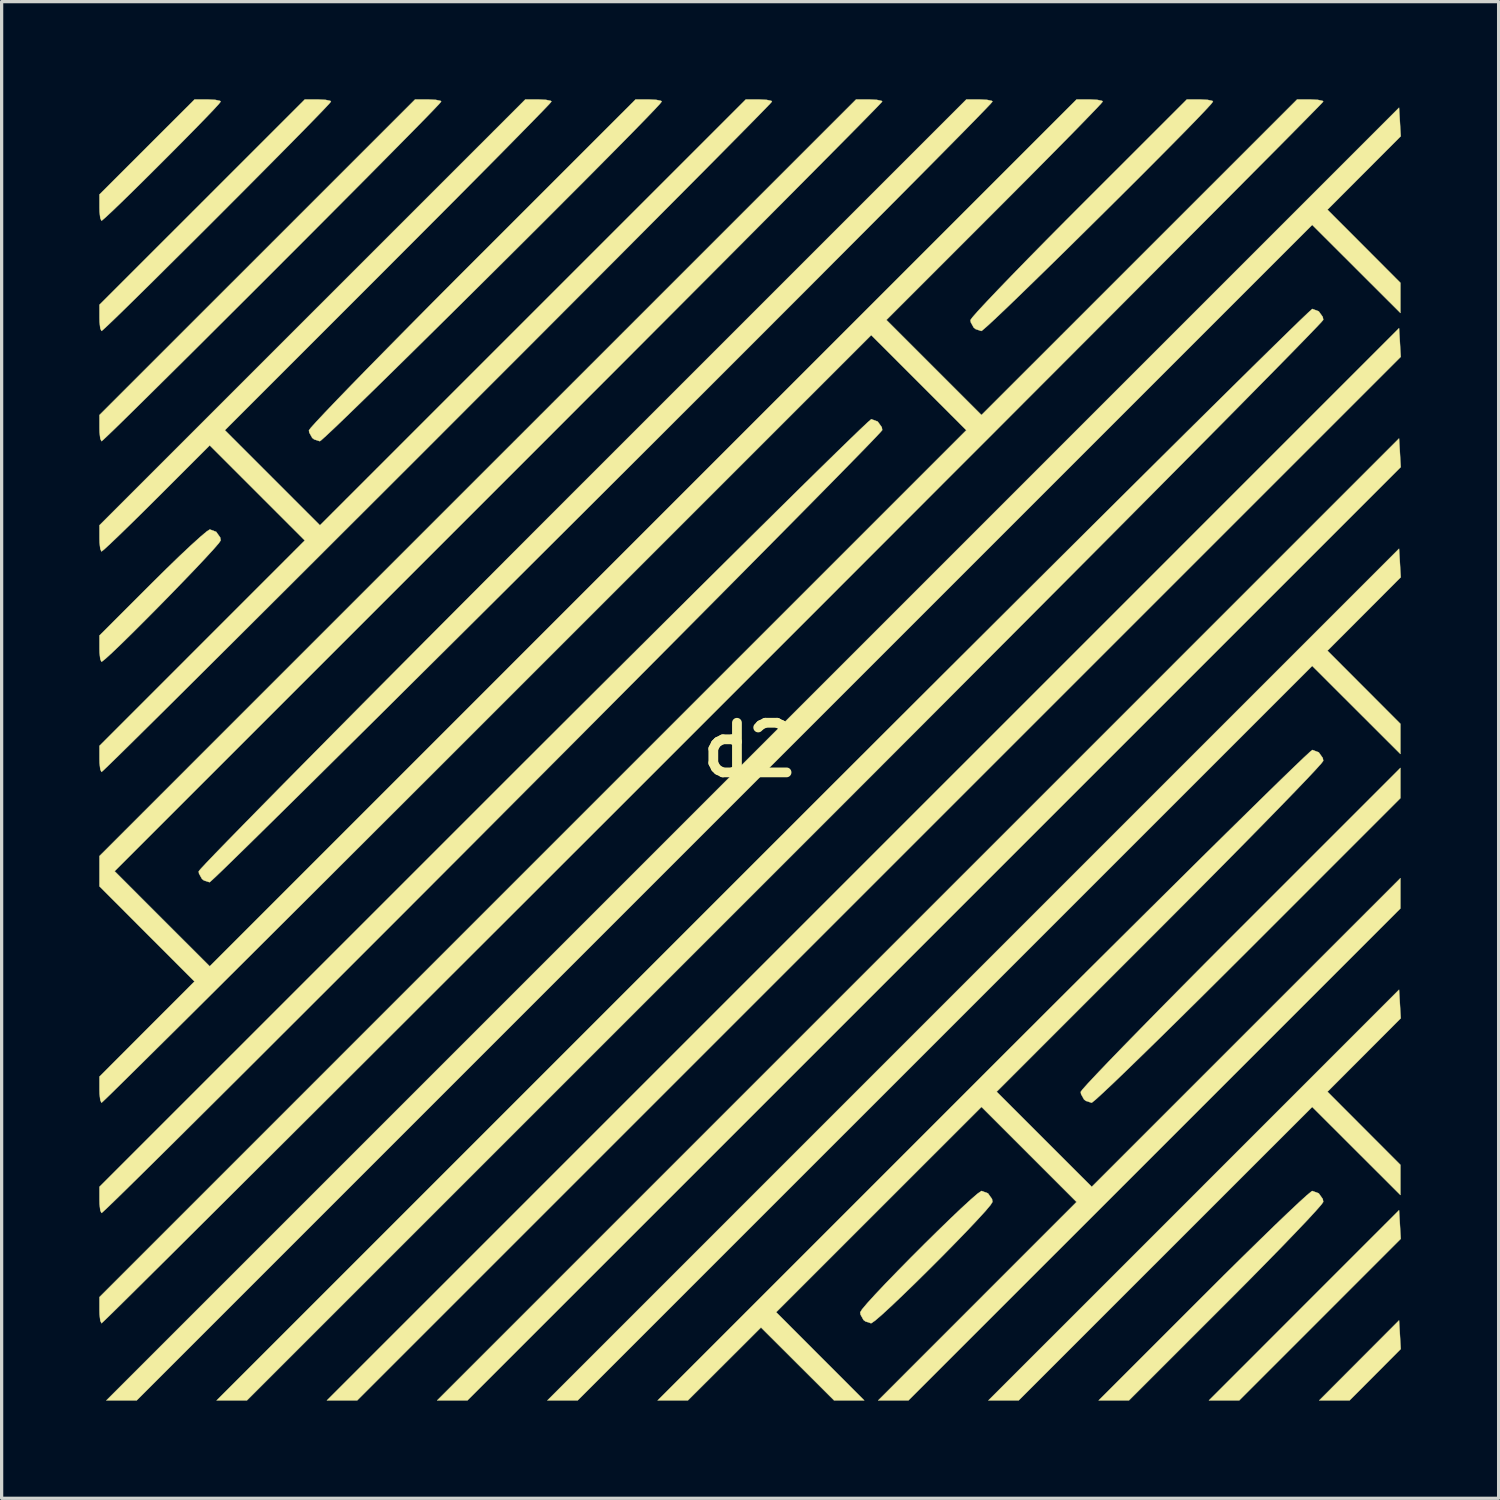
<source format=kicad_pcb>
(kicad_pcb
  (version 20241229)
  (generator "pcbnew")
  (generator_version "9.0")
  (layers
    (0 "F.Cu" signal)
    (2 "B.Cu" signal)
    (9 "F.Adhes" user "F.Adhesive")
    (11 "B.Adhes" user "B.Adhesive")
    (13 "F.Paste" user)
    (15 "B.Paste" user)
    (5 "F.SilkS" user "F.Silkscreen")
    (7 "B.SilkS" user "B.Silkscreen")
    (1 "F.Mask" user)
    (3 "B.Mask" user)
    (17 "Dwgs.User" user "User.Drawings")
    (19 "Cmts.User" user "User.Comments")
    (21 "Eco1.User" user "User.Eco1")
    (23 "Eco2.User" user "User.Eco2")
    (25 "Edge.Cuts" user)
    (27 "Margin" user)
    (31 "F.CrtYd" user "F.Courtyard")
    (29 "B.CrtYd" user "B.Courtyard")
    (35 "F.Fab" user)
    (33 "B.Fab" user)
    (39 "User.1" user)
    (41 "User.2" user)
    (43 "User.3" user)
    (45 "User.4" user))
  (footprint "d2"
    (layer "F.Cu")
    (at 19.986 19.986)
    (property "Reference" "d2" (at 0 0 0) (layer "F.SilkS") (effects (font (size 1.524 1.524) (thickness 0.3))))
    (attr through_hole)
    (fp_poly (pts (xy 19.965 -12.515) (xy 19.991 -12.075) (xy -12.065 19.981) (xy -12.996 19.981) (xy 19.939 -12.956) (xy 19.965 -12.515)) (stroke (width 0.01) (type solid)) (fill yes) (layer "F.SilkS"))
    (fp_poly (pts (xy 19.965 17.962) (xy 19.991 18.402) (xy 19.205 19.192) (xy 18.418 19.981) (xy 17.486 19.981) (xy 18.712 18.752) (xy 19.939 17.522) (xy 19.965 17.962)) (stroke (width 0.01) (type solid)) (fill yes) (layer "F.SilkS"))
    (fp_poly (pts (xy 19.965 14.577) (xy 19.991 15.017) (xy 17.51 17.499) (xy 15.029 19.981) (xy 14.098 19.981) (xy 17.018 17.059) (xy 19.939 14.137) (xy 19.965 14.577)) (stroke (width 0.01) (type solid)) (fill yes) (layer "F.SilkS"))
    (fp_poly (pts (xy 19.965 -9.129) (xy 19.991 -8.688) (xy 5.657 5.646) (xy -8.678 19.981) (xy -9.609 19.981) (xy 5.165 5.206) (xy 19.939 -9.569) (xy 19.965 -9.129)) (stroke (width 0.01) (type solid)) (fill yes) (layer "F.SilkS"))
    (fp_poly (pts (xy 19.965 7.803) (xy 19.991 8.243) (xy 18.866 9.371) (xy 17.74 10.499) (xy 19.981 12.745) (xy 19.981 13.672) (xy 18.626 12.319) (xy 17.271 10.966) (xy 8.254 19.981) (xy 7.324 19.981) (xy 13.632 13.673) (xy 19.939 7.364) (xy 19.965 7.803)) (stroke (width 0.01) (type solid)) (fill yes) (layer "F.SilkS"))
    (fp_poly (pts (xy 19.991 -18.851) (xy 18.866 -17.723) (xy 17.74 -16.595) (xy 18.861 -15.472) (xy 19.981 -14.349) (xy 19.981 -13.422) (xy 18.626 -14.775) (xy 17.271 -16.128) (xy -0.784 1.927) (xy -18.838 19.981) (xy -19.77 19.981) (xy 0.085 0.126) (xy 19.939 -19.729) (xy 19.991 -18.851)) (stroke (width 0.01) (type solid)) (fill yes) (layer "F.SilkS"))
    (fp_poly (pts (xy 19.991 -5.304) (xy 18.866 -4.176) (xy 17.74 -3.048) (xy 18.861 -1.925) (xy 19.981 -0.802) (xy 19.981 0.125) (xy 18.626 -1.228) (xy 17.271 -2.581) (xy 5.99 8.7) (xy -5.292 19.981) (xy -6.223 19.981) (xy 6.858 6.899) (xy 19.939 -6.182) (xy 19.991 -5.304)) (stroke (width 0.01) (type solid)) (fill yes) (layer "F.SilkS"))
    (fp_poly (pts (xy -16.423 -19.969) (xy -16.279 -19.938) (xy -16.256 -19.917) (xy -16.314 -19.842) (xy -16.474 -19.667) (xy -16.72 -19.41) (xy -17.033 -19.088) (xy -17.396 -18.719) (xy -17.789 -18.323) (xy -18.196 -17.916) (xy -18.598 -17.516) (xy -18.977 -17.142) (xy -19.316 -16.812) (xy -19.596 -16.543) (xy -19.799 -16.354) (xy -19.907 -16.262) (xy -19.919 -16.256) (xy -19.955 -16.332) (xy -19.978 -16.525) (xy -19.981 -16.659) (xy -19.981 -17.062) (xy -18.52 -18.522) (xy -17.059 -19.981) (xy -16.657 -19.981) (xy -16.423 -19.969)) (stroke (width 0.01) (type solid)) (fill yes) (layer "F.SilkS"))
    (fp_poly (pts (xy 17.472 13.62) (xy 17.596 13.794) (xy 17.611 13.882) (xy 17.552 13.966) (xy 17.385 14.157) (xy 17.121 14.444) (xy 16.77 14.813) (xy 16.345 15.255) (xy 15.856 15.755) (xy 15.316 16.304) (xy 14.736 16.887) (xy 14.626 16.997) (xy 11.641 19.981) (xy 10.711 19.981) (xy 13.928 16.764) (xy 14.539 16.154) (xy 15.118 15.583) (xy 15.652 15.06) (xy 16.129 14.596) (xy 16.539 14.204) (xy 16.87 13.893) (xy 17.11 13.675) (xy 17.249 13.561) (xy 17.276 13.547) (xy 17.472 13.62)) (stroke (width 0.01) (type solid)) (fill yes) (layer "F.SilkS"))
    (fp_poly (pts (xy -16.395 -6.7) (xy -16.271 -6.526) (xy -16.256 -6.438) (xy -16.313 -6.353) (xy -16.474 -6.167) (xy -16.719 -5.9) (xy -17.031 -5.568) (xy -17.393 -5.191) (xy -17.785 -4.786) (xy -18.191 -4.372) (xy -18.593 -3.967) (xy -18.972 -3.589) (xy -19.311 -3.256) (xy -19.592 -2.987) (xy -19.797 -2.8) (xy -19.907 -2.713) (xy -19.919 -2.709) (xy -19.955 -2.785) (xy -19.978 -2.979) (xy -19.981 -3.112) (xy -19.981 -3.515) (xy -18.351 -5.144) (xy -17.916 -5.574) (xy -17.516 -5.961) (xy -17.166 -6.29) (xy -16.884 -6.545) (xy -16.687 -6.711) (xy -16.591 -6.773) (xy -16.59 -6.773) (xy -16.395 -6.7)) (stroke (width 0.01) (type solid)) (fill yes) (layer "F.SilkS"))
    (fp_poly (pts (xy -13.037 -19.969) (xy -12.892 -19.939) (xy -12.869 -19.917) (xy -12.927 -19.847) (xy -13.093 -19.67) (xy -13.354 -19.4) (xy -13.696 -19.049) (xy -14.107 -18.631) (xy -14.575 -18.158) (xy -15.086 -17.643) (xy -15.627 -17.099) (xy -16.186 -16.539) (xy -16.749 -15.976) (xy -17.305 -15.422) (xy -17.84 -14.891) (xy -18.34 -14.394) (xy -18.795 -13.946) (xy -19.189 -13.559) (xy -19.511 -13.246) (xy -19.748 -13.02) (xy -19.887 -12.892) (xy -19.918 -12.869) (xy -19.955 -12.945) (xy -19.978 -13.139) (xy -19.981 -13.272) (xy -19.981 -13.675) (xy -16.827 -16.828) (xy -13.673 -19.981) (xy -13.271 -19.981) (xy -13.037 -19.969)) (stroke (width 0.01) (type solid)) (fill yes) (layer "F.SilkS"))
    (fp_poly (pts (xy 19.981 1.481) (xy 15.304 6.159) (xy 14.564 6.897) (xy 13.858 7.599) (xy 13.193 8.256) (xy 12.58 8.859) (xy 12.027 9.399) (xy 11.545 9.867) (xy 11.142 10.254) (xy 10.828 10.549) (xy 10.612 10.746) (xy 10.504 10.833) (xy 10.495 10.837) (xy 10.321 10.781) (xy 10.262 10.736) (xy 10.171 10.572) (xy 10.16 10.503) (xy 10.219 10.424) (xy 10.388 10.235) (xy 10.66 9.945) (xy 11.026 9.562) (xy 11.476 9.097) (xy 12.002 8.559) (xy 12.594 7.955) (xy 13.245 7.296) (xy 13.944 6.591) (xy 14.683 5.849) (xy 15.071 5.461) (xy 19.981 0.551) (xy 19.981 1.481)) (stroke (width 0.01) (type solid)) (fill yes) (layer "F.SilkS"))
    (fp_poly (pts (xy -9.65 -19.969) (xy -9.505 -19.939) (xy -9.483 -19.918) (xy -9.541 -19.849) (xy -9.709 -19.671) (xy -9.976 -19.395) (xy -10.332 -19.032) (xy -10.766 -18.592) (xy -11.267 -18.085) (xy -11.826 -17.521) (xy -12.431 -16.913) (xy -13.072 -16.269) (xy -13.738 -15.601) (xy -14.419 -14.919) (xy -15.104 -14.234) (xy -15.784 -13.556) (xy -16.446 -12.896) (xy -17.081 -12.263) (xy -17.679 -11.67) (xy -18.228 -11.126) (xy -18.718 -10.642) (xy -19.139 -10.228) (xy -19.479 -9.895) (xy -19.73 -9.654) (xy -19.879 -9.514) (xy -19.918 -9.483) (xy -19.955 -9.559) (xy -19.978 -9.752) (xy -19.981 -9.885) (xy -19.981 -10.288) (xy -15.134 -15.134) (xy -10.286 -19.981) (xy -9.885 -19.981) (xy -9.65 -19.969)) (stroke (width 0.01) (type solid)) (fill yes) (layer "F.SilkS"))
    (fp_poly (pts (xy 7.312 13.62) (xy 7.436 13.794) (xy 7.451 13.882) (xy 7.392 13.976) (xy 7.23 14.169) (xy 6.98 14.442) (xy 6.663 14.778) (xy 6.295 15.158) (xy 5.896 15.564) (xy 5.483 15.977) (xy 5.074 16.381) (xy 4.687 16.756) (xy 4.342 17.084) (xy 4.055 17.348) (xy 3.845 17.529) (xy 3.73 17.608) (xy 3.72 17.611) (xy 3.547 17.554) (xy 3.488 17.509) (xy 3.397 17.345) (xy 3.387 17.275) (xy 3.445 17.181) (xy 3.608 16.988) (xy 3.857 16.715) (xy 4.174 16.379) (xy 4.542 16) (xy 4.941 15.594) (xy 5.355 15.18) (xy 5.764 14.777) (xy 6.15 14.402) (xy 6.496 14.073) (xy 6.783 13.81) (xy 6.992 13.629) (xy 7.107 13.549) (xy 7.117 13.547) (xy 7.312 13.62)) (stroke (width 0.01) (type solid)) (fill yes) (layer "F.SilkS"))
    (fp_poly (pts (xy 14.057 -19.969) (xy 14.201 -19.939) (xy 14.224 -19.917) (xy 14.165 -19.84) (xy 13.998 -19.658) (xy 13.736 -19.383) (xy 13.391 -19.028) (xy 12.976 -18.607) (xy 12.505 -18.132) (xy 11.99 -17.615) (xy 11.444 -17.071) (xy 10.88 -16.511) (xy 10.311 -15.948) (xy 9.751 -15.395) (xy 9.211 -14.866) (xy 8.705 -14.372) (xy 8.247 -13.927) (xy 7.848 -13.543) (xy 7.522 -13.234) (xy 7.281 -13.012) (xy 7.139 -12.889) (xy 7.107 -12.869) (xy 6.934 -12.926) (xy 6.875 -12.971) (xy 6.784 -13.135) (xy 6.773 -13.204) (xy 6.832 -13.287) (xy 6.999 -13.478) (xy 7.266 -13.765) (xy 7.62 -14.138) (xy 8.051 -14.585) (xy 8.548 -15.095) (xy 9.101 -15.657) (xy 9.698 -16.259) (xy 10.097 -16.659) (xy 13.42 -19.981) (xy 13.822 -19.981) (xy 14.057 -19.969)) (stroke (width 0.01) (type solid)) (fill yes) (layer "F.SilkS"))
    (fp_poly (pts (xy -2.877 -19.969) (xy -2.732 -19.939) (xy -2.709 -19.918) (xy -2.768 -19.843) (xy -2.937 -19.661) (xy -3.206 -19.381) (xy -3.563 -19.014) (xy -4 -18.57) (xy -4.504 -18.061) (xy -5.065 -17.496) (xy -5.674 -16.886) (xy -6.318 -16.241) (xy -6.988 -15.573) (xy -7.673 -14.891) (xy -8.363 -14.206) (xy -9.046 -13.529) (xy -9.713 -12.87) (xy -10.352 -12.239) (xy -10.953 -11.648) (xy -11.506 -11.106) (xy -12 -10.625) (xy -12.424 -10.214) (xy -12.768 -9.884) (xy -13.021 -9.647) (xy -13.173 -9.511) (xy -13.212 -9.483) (xy -13.386 -9.539) (xy -13.445 -9.584) (xy -13.536 -9.748) (xy -13.547 -9.817) (xy -13.488 -9.896) (xy -13.318 -10.085) (xy -13.046 -10.375) (xy -12.68 -10.758) (xy -12.229 -11.224) (xy -11.702 -11.764) (xy -11.107 -12.369) (xy -10.454 -13.031) (xy -9.752 -13.74) (xy -9.008 -14.487) (xy -8.53 -14.965) (xy -3.513 -19.981) (xy -3.111 -19.981) (xy -2.877 -19.969)) (stroke (width 0.01) (type solid)) (fill yes) (layer "F.SilkS"))
    (fp_poly (pts (xy 17.472 -13.473) (xy 17.596 -13.3) (xy 17.611 -13.212) (xy 17.552 -13.142) (xy 17.377 -12.957) (xy 17.093 -12.662) (xy 16.703 -12.262) (xy 16.213 -11.762) (xy 15.627 -11.167) (xy 14.951 -10.481) (xy 14.188 -9.71) (xy 13.344 -8.858) (xy 12.424 -7.93) (xy 11.432 -6.931) (xy 10.373 -5.866) (xy 9.252 -4.74) (xy 8.075 -3.558) (xy 6.845 -2.324) (xy 5.568 -1.043) (xy 4.248 0.279) (xy 2.891 1.638) (xy 1.5 3.029) (xy 1.079 3.45) (xy -15.452 19.981) (xy -16.383 19.981) (xy 0.381 3.217) (xy 1.791 1.808) (xy 3.17 0.43) (xy 4.513 -0.911) (xy 5.817 -2.212) (xy 7.076 -3.466) (xy 8.284 -4.67) (xy 9.438 -5.819) (xy 10.533 -6.908) (xy 11.563 -7.931) (xy 12.524 -8.885) (xy 13.41 -9.764) (xy 14.218 -10.563) (xy 14.943 -11.279) (xy 15.578 -11.905) (xy 16.121 -12.438) (xy 16.565 -12.872) (xy 16.906 -13.203) (xy 17.14 -13.426) (xy 17.26 -13.535) (xy 17.276 -13.547) (xy 17.472 -13.473)) (stroke (width 0.01) (type solid)) (fill yes) (layer "F.SilkS"))
    (fp_poly (pts (xy 17.472 0.073) (xy 17.596 0.247) (xy 17.611 0.334) (xy 17.552 0.413) (xy 17.382 0.602) (xy 17.11 0.892) (xy 16.744 1.274) (xy 16.293 1.74) (xy 15.766 2.28) (xy 15.171 2.886) (xy 14.519 3.547) (xy 13.816 4.256) (xy 13.072 5.003) (xy 12.594 5.482) (xy 7.578 10.499) (xy 9.038 11.959) (xy 10.499 13.419) (xy 15.24 8.678) (xy 19.981 3.938) (xy 19.981 4.869) (xy 12.425 12.425) (xy 4.868 19.981) (xy 3.938 19.981) (xy 10.032 13.885) (xy 8.572 12.425) (xy 7.112 10.965) (xy 0.805 17.271) (xy 3.512 19.981) (xy 2.585 19.981) (xy 0.339 17.74) (xy -0.784 18.861) (xy -1.907 19.981) (xy -2.836 19.981) (xy 7.154 9.991) (xy 8.24 8.906) (xy 9.294 7.854) (xy 10.31 6.841) (xy 11.283 5.874) (xy 12.205 4.958) (xy 13.071 4.1) (xy 13.873 3.305) (xy 14.607 2.581) (xy 15.265 1.934) (xy 15.841 1.369) (xy 16.33 0.892) (xy 16.724 0.511) (xy 17.017 0.231) (xy 17.203 0.059) (xy 17.276 0) (xy 17.472 0.073)) (stroke (width 0.01) (type solid)) (fill yes) (layer "F.SilkS"))
    (fp_poly (pts (xy 3.925 -10.087) (xy 4.05 -9.913) (xy 4.064 -9.825) (xy 4.005 -9.756) (xy 3.833 -9.573) (xy 3.556 -9.285) (xy 3.179 -8.899) (xy 2.71 -8.42) (xy 2.155 -7.856) (xy 1.522 -7.215) (xy 0.818 -6.503) (xy 0.049 -5.726) (xy -0.777 -4.892) (xy -1.654 -4.009) (xy -2.575 -3.081) (xy -3.532 -2.118) (xy -4.52 -1.125) (xy -5.53 -0.11) (xy -6.557 0.92) (xy -7.593 1.959) (xy -8.63 3) (xy -9.664 4.036) (xy -10.685 5.059) (xy -11.689 6.063) (xy -12.666 7.04) (xy -13.612 7.985) (xy -14.518 8.889) (xy -15.377 9.747) (xy -16.184 10.551) (xy -16.931 11.294) (xy -17.61 11.969) (xy -18.216 12.569) (xy -18.741 13.087) (xy -19.178 13.517) (xy -19.521 13.852) (xy -19.761 14.083) (xy -19.894 14.206) (xy -19.918 14.224) (xy -19.955 14.148) (xy -19.978 13.955) (xy -19.981 13.822) (xy -19.981 13.419) (xy -8.191 1.63) (xy -7.011 0.45) (xy -5.862 -0.697) (xy -4.75 -1.806) (xy -3.68 -2.871) (xy -2.659 -3.887) (xy -1.692 -4.848) (xy -0.785 -5.747) (xy 0.056 -6.58) (xy 0.825 -7.34) (xy 1.517 -8.023) (xy 2.126 -8.621) (xy 2.646 -9.13) (xy 3.071 -9.543) (xy 3.396 -9.856) (xy 3.614 -10.062) (xy 3.721 -10.155) (xy 3.73 -10.16) (xy 3.925 -10.087)) (stroke (width 0.01) (type solid)) (fill yes) (layer "F.SilkS"))
    (fp_poly (pts (xy 7.283 -19.969) (xy 7.428 -19.939) (xy 7.451 -19.918) (xy 7.392 -19.848) (xy 7.219 -19.666) (xy 6.941 -19.379) (xy 6.563 -18.993) (xy 6.092 -18.516) (xy 5.536 -17.954) (xy 4.902 -17.315) (xy 4.196 -16.604) (xy 3.425 -15.83) (xy 2.596 -14.999) (xy 1.717 -14.117) (xy 0.793 -13.193) (xy -0.167 -12.232) (xy -1.157 -11.242) (xy -2.171 -10.23) (xy -3.2 -9.202) (xy -4.239 -8.166) (xy -5.28 -7.128) (xy -6.316 -6.096) (xy -7.34 -5.075) (xy -8.346 -4.074) (xy -9.327 -3.099) (xy -10.275 -2.158) (xy -11.183 -1.255) (xy -12.046 -0.4) (xy -12.855 0.401) (xy -13.603 1.142) (xy -14.285 1.815) (xy -14.892 2.413) (xy -15.419 2.931) (xy -15.857 3.359) (xy -16.2 3.693) (xy -16.442 3.924) (xy -16.575 4.046) (xy -16.599 4.064) (xy -16.773 4.008) (xy -16.832 3.962) (xy -16.923 3.799) (xy -16.933 3.729) (xy -16.874 3.657) (xy -16.701 3.471) (xy -16.42 3.177) (xy -16.035 2.781) (xy -15.554 2.289) (xy -14.981 1.705) (xy -14.323 1.037) (xy -13.585 0.29) (xy -12.773 -0.531) (xy -11.893 -1.419) (xy -10.95 -2.368) (xy -9.95 -3.374) (xy -8.898 -4.43) (xy -7.801 -5.53) (xy -6.665 -6.669) (xy -5.494 -7.841) (xy -5.143 -8.192) (xy 6.647 -19.981) (xy 7.049 -19.981) (xy 7.283 -19.969)) (stroke (width 0.01) (type solid)) (fill yes) (layer "F.SilkS"))
    (fp_poly (pts (xy -6.264 -19.969) (xy -6.119 -19.939) (xy -6.096 -19.918) (xy -6.154 -19.85) (xy -6.324 -19.671) (xy -6.596 -19.391) (xy -6.962 -19.017) (xy -7.412 -18.559) (xy -7.938 -18.027) (xy -8.532 -17.428) (xy -9.184 -16.771) (xy -9.886 -16.067) (xy -10.629 -15.322) (xy -11.112 -14.838) (xy -16.128 -9.821) (xy -14.668 -8.361) (xy -13.208 -6.901) (xy -6.667 -13.441) (xy -0.127 -19.981) (xy 0.275 -19.981) (xy 0.51 -19.969) (xy 0.655 -19.939) (xy 0.677 -19.918) (xy 0.619 -19.851) (xy 0.447 -19.673) (xy 0.171 -19.39) (xy -0.203 -19.01) (xy -0.667 -18.541) (xy -1.213 -17.989) (xy -1.835 -17.363) (xy -2.524 -16.67) (xy -3.273 -15.917) (xy -4.075 -15.111) (xy -4.923 -14.261) (xy -5.808 -13.374) (xy -6.723 -12.457) (xy -7.661 -11.518) (xy -8.615 -10.564) (xy -9.576 -9.602) (xy -10.537 -8.641) (xy -11.492 -7.687) (xy -12.432 -6.749) (xy -13.349 -5.833) (xy -14.237 -4.947) (xy -15.089 -4.098) (xy -15.895 -3.295) (xy -16.65 -2.544) (xy -17.345 -1.853) (xy -17.973 -1.229) (xy -18.527 -0.681) (xy -18.999 -0.214) (xy -19.381 0.162) (xy -19.667 0.441) (xy -19.848 0.615) (xy -19.918 0.677) (xy -19.918 0.677) (xy -19.955 0.601) (xy -19.978 0.408) (xy -19.981 0.276) (xy -19.981 -0.126) (xy -13.674 -6.435) (xy -15.134 -7.895) (xy -16.594 -9.355) (xy -18.225 -7.725) (xy -18.656 -7.297) (xy -19.049 -6.911) (xy -19.388 -6.582) (xy -19.656 -6.326) (xy -19.838 -6.159) (xy -19.918 -6.096) (xy -19.919 -6.096) (xy -19.955 -6.172) (xy -19.978 -6.365) (xy -19.981 -6.498) (xy -19.981 -6.901) (xy -13.441 -13.441) (xy -6.9 -19.981) (xy -6.498 -19.981) (xy -6.264 -19.969)) (stroke (width 0.01) (type solid)) (fill yes) (layer "F.SilkS"))
    (fp_poly (pts (xy 3.896 -19.969) (xy 4.041 -19.939) (xy 4.064 -19.918) (xy 4.005 -19.853) (xy 3.832 -19.673) (xy 3.551 -19.386) (xy 3.167 -18.996) (xy 2.686 -18.51) (xy 2.113 -17.932) (xy 1.456 -17.27) (xy 0.718 -16.528) (xy -0.094 -15.712) (xy -0.974 -14.828) (xy -1.916 -13.883) (xy -2.916 -12.88) (xy -3.966 -11.827) (xy -5.063 -10.729) (xy -6.199 -9.592) (xy -7.369 -8.422) (xy -7.726 -8.065) (xy -19.515 3.725) (xy -18.055 5.186) (xy -16.594 6.646) (xy -3.281 -6.668) (xy 10.033 -19.981) (xy 10.435 -19.981) (xy 10.67 -19.969) (xy 10.815 -19.939) (xy 10.837 -19.918) (xy 10.779 -19.848) (xy 10.612 -19.67) (xy 10.346 -19.394) (xy 9.993 -19.031) (xy 9.562 -18.593) (xy 9.066 -18.091) (xy 8.515 -17.535) (xy 7.919 -16.937) (xy 7.515 -16.532) (xy 4.192 -13.208) (xy 7.112 -10.288) (xy 16.807 -19.981) (xy 17.209 -19.981) (xy 17.443 -19.969) (xy 17.588 -19.939) (xy 17.611 -19.918) (xy 17.552 -19.853) (xy 17.378 -19.674) (xy 17.096 -19.387) (xy 16.711 -18.997) (xy 16.228 -18.509) (xy 15.652 -17.93) (xy 14.99 -17.263) (xy 14.247 -16.516) (xy 13.428 -15.694) (xy 12.539 -14.802) (xy 11.586 -13.846) (xy 10.573 -12.83) (xy 9.507 -11.762) (xy 8.393 -10.646) (xy 7.237 -9.487) (xy 6.043 -8.293) (xy 4.819 -7.067) (xy 3.568 -5.815) (xy 2.298 -4.543) (xy 1.012 -3.257) (xy -0.283 -1.962) (xy -1.581 -0.664) (xy -2.878 0.633) (xy -4.167 1.922) (xy -5.444 3.197) (xy -6.702 4.455) (xy -7.936 5.687) (xy -9.141 6.89) (xy -10.31 8.058) (xy -11.439 9.185) (xy -12.522 10.266) (xy -13.554 11.295) (xy -14.528 12.266) (xy -15.44 13.174) (xy -16.283 14.014) (xy -17.053 14.78) (xy -17.743 15.467) (xy -18.349 16.068) (xy -18.864 16.579) (xy -19.283 16.994) (xy -19.601 17.307) (xy -19.812 17.512) (xy -19.911 17.606) (xy -19.918 17.611) (xy -19.955 17.535) (xy -19.978 17.341) (xy -19.981 17.209) (xy -19.981 16.807) (xy -6.668 3.493) (xy 6.646 -9.821) (xy 5.186 -11.282) (xy 3.725 -12.742) (xy -8.065 -0.952) (xy -9.244 0.227) (xy -10.392 1.374) (xy -11.502 2.482) (xy -12.569 3.547) (xy -13.587 4.563) (xy -14.551 5.523) (xy -15.454 6.423) (xy -16.29 7.255) (xy -17.055 8.016) (xy -17.742 8.698) (xy -18.346 9.296) (xy -18.86 9.805) (xy -19.28 10.219) (xy -19.598 10.532) (xy -19.811 10.738) (xy -19.911 10.832) (xy -19.918 10.837) (xy -19.955 10.761) (xy -19.978 10.568) (xy -19.981 10.436) (xy -19.981 10.035) (xy -18.522 8.573) (xy -17.062 7.112) (xy -18.522 5.651) (xy -19.981 4.189) (xy -19.981 3.259) (xy -8.361 -8.361) (xy 3.26 -19.981) (xy 3.662 -19.981) (xy 3.896 -19.969)) (stroke (width 0.01) (type solid)) (fill yes) (layer "F.SilkS")))
  (gr_rect
    (start -3 -3)
    (end 42.983 42.973)
    (stroke (width 0.1) (type default))
    (fill no)
    (layer "Edge.Cuts")))
</source>
